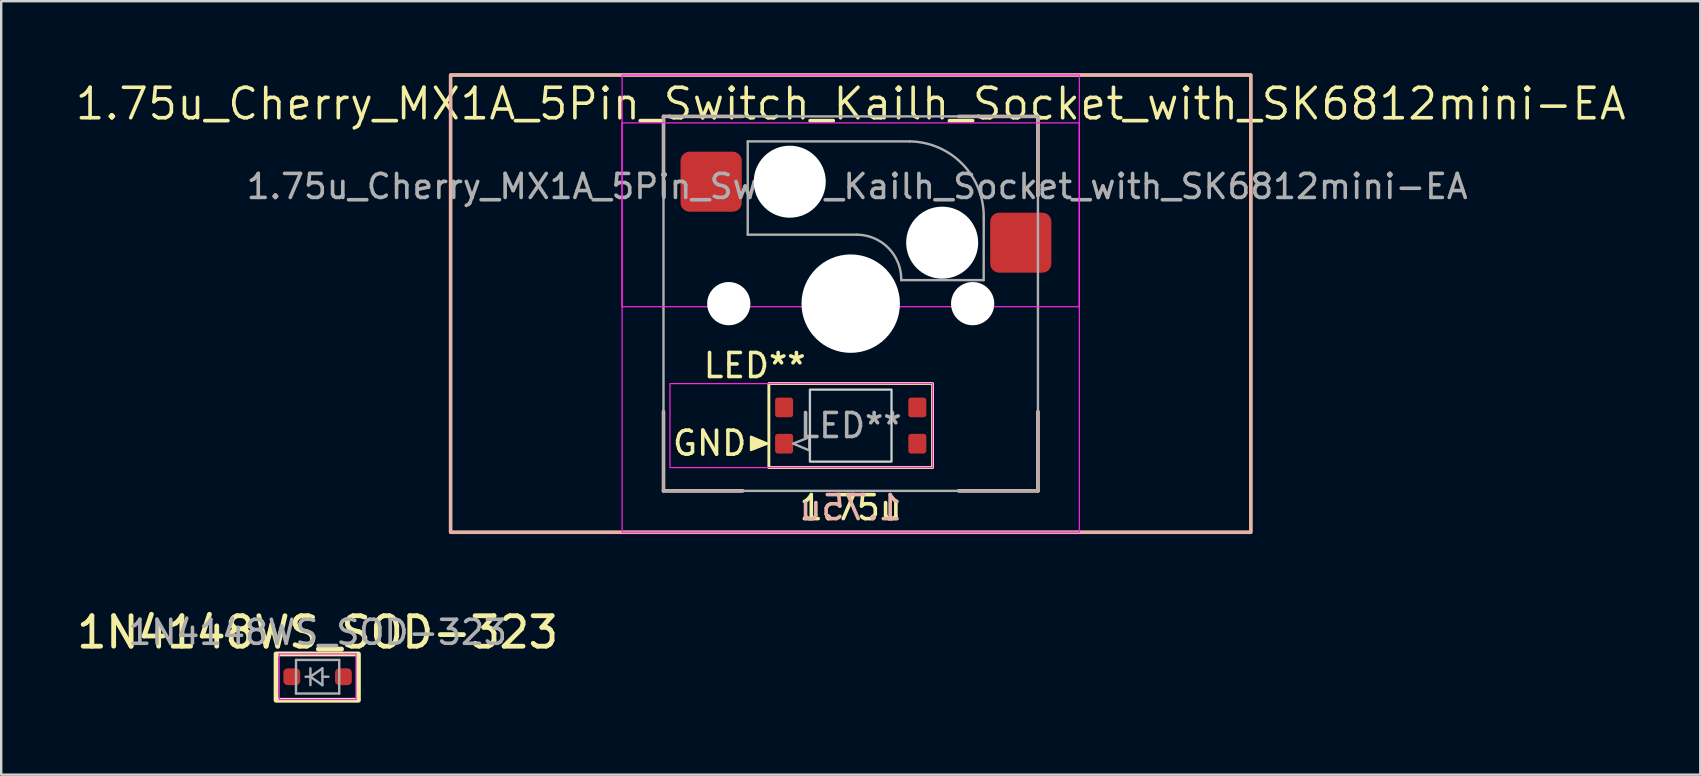
<source format=kicad_pcb>
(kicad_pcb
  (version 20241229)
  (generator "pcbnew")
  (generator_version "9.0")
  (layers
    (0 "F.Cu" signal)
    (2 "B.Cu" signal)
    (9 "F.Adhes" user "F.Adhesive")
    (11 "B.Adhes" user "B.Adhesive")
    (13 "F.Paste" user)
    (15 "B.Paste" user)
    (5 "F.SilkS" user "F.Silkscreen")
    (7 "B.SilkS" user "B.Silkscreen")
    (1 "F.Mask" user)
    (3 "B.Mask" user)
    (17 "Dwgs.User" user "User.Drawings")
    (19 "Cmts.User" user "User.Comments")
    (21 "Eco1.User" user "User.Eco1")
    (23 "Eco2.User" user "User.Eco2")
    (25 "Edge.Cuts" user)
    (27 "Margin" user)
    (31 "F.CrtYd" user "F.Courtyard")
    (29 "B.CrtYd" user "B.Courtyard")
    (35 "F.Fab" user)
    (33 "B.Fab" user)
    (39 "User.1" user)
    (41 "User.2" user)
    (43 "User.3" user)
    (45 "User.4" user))
  (footprint "1.75u_Cherry_MX1A_5Pin_Switch_Kailh_Socket_with_SK6812mini-EA"
    (layer "F.Cu")
    (at 32.392 9.6)
    (property "Reference" "1.75u_Cherry_MX1A_5Pin_Switch_Kailh_Socket_with_SK6812mini-EA" (at 0 -8.325 0) (layer "F.SilkS") (effects (font (size 1.27 1.27) (thickness 0.15))))
    (property "LED_Reference" "LED**" (at -4 2.58 0) (layer "F.SilkS") (effects (font (size 1 1) (thickness 0.15))))
    (property "Size" "1.75u" (at 0 8.5 0) (layer "F.SilkS") (effects (font (size 1 1) (thickness 0.15))))
    (attr smd)
    (fp_line (start -7.8 -7.8) (end -7.8 -4.5) (stroke (width 0.12) (type default)) (layer "F.SilkS"))
    (fp_line (start -7.8 -7.8) (end -4.5 -7.8) (stroke (width 0.12) (type default)) (layer "F.SilkS"))
    (fp_line (start -7.8 7.8) (end -7.8 4.5) (stroke (width 0.12) (type solid)) (layer "F.SilkS"))
    (fp_line (start -7.8 7.8) (end -4.5 7.8) (stroke (width 0.12) (type default)) (layer "F.SilkS"))
    (fp_line (start 7.8 -7.8) (end 4.5 -7.8) (stroke (width 0.12) (type default)) (layer "F.SilkS"))
    (fp_line (start 7.8 -7.8) (end 7.8 -4.5) (stroke (width 0.12) (type default)) (layer "F.SilkS"))
    (fp_line (start 7.8 7.8) (end 4.5 7.8) (stroke (width 0.12) (type default)) (layer "F.SilkS"))
    (fp_line (start 7.8 7.8) (end 7.8 4.5) (stroke (width 0.12) (type default)) (layer "F.SilkS"))
    (fp_rect (start -16.669 -9.525) (end 16.669 9.525) (stroke (width 0.12) (type default)) (fill no) (layer "F.SilkS"))
    (fp_rect (start -3.41 3.33) (end 3.41 6.83) (stroke (width 0.12) (type default)) (fill no) (layer "F.SilkS"))
    (fp_poly (pts (xy -3.48 5.83) (xy -4.153 5.547) (xy -4.153 5.55) (xy -4.153 6.097)) (stroke (width 0.1) (type solid)) (fill yes) (layer "F.SilkS"))
    (fp_line (start -7.8 -7.8) (end -7.8 -4.5) (stroke (width 0.15) (type default)) (layer "B.SilkS"))
    (fp_line (start -7.8 -7.8) (end -4.5 -7.8) (stroke (width 0.15) (type default)) (layer "B.SilkS"))
    (fp_line (start -7.8 7.8) (end -7.8 4.5) (stroke (width 0.15) (type default)) (layer "B.SilkS"))
    (fp_line (start -7.8 7.8) (end -4.5 7.8) (stroke (width 0.15) (type default)) (layer "B.SilkS"))
    (fp_line (start 7.8 -7.8) (end 4.5 -7.8) (stroke (width 0.15) (type default)) (layer "B.SilkS"))
    (fp_line (start 7.8 -7.8) (end 7.8 -4.5) (stroke (width 0.15) (type default)) (layer "B.SilkS"))
    (fp_line (start 7.8 7.8) (end 4.5 7.8) (stroke (width 0.15) (type default)) (layer "B.SilkS"))
    (fp_line (start 7.8 7.8) (end 7.8 4.5) (stroke (width 0.15) (type default)) (layer "B.SilkS"))
    (fp_rect (start -16.669 -9.525) (end 16.669 9.525) (stroke (width 0.15) (type default)) (fill no) (layer "B.SilkS"))
    (fp_rect (start -1.7 3.58) (end 1.7 6.58) (stroke (width 0.05) (type default)) (fill no) (layer "Edge.Cuts"))
    (fp_rect (start -9.53 -7.53) (end 9.52 0.13) (stroke (width 0.05) (type default)) (fill no) (layer "F.CrtYd"))
    (fp_rect (start -9.525 -9.525) (end 9.525 9.525) (stroke (width 0.05) (type default)) (fill no) (layer "F.CrtYd"))
    (fp_rect (start -7.53 3.33) (end 3.41 6.83) (stroke (width 0.05) (type default)) (fill no) (layer "F.CrtYd"))
    (fp_line (start -4.29 -2.873) (end -4.29 -6.759) (stroke (width 0.1) (type default)) (layer "F.Fab"))
    (fp_line (start 0.269 -2.873) (end -4.29 -2.873) (stroke (width 0.1) (type default)) (layer "F.Fab"))
    (fp_line (start 2.455 -6.759) (end -4.29 -6.759) (stroke (width 0.1) (type default)) (layer "F.Fab"))
    (fp_line (start 5.54 -0.98) (end 2.105 -0.98) (stroke (width 0.1) (type default)) (layer "F.Fab"))
    (fp_line (start 5.54 -0.98) (end 5.542 -3.577) (stroke (width 0.1) (type default)) (layer "F.Fab"))
    (fp_rect (start -7.8 -7.8) (end 7.8 7.8) (stroke (width 0.1) (type default)) (fill no) (layer "F.Fab"))
    (fp_rect (start -1.7 3.58) (end 1.7 6.58) (stroke (width 0.1) (type default)) (fill no) (layer "F.Fab"))
    (fp_arc (start 0.268782 -2.872715) (mid 1.580341 -2.308063) (end 2.105 -0.98) (stroke (width 0.1) (type default)) (layer "F.Fab"))
    (fp_arc (start 2.45495 -6.759322) (mid 4.66 -5.81) (end 5.542076 -3.577199) (stroke (width 0.1) (type default)) (layer "F.Fab"))
    (fp_poly (pts (xy -2.4 5.83) (xy -1.727 6.113) (xy -1.727 6.11) (xy -1.727 5.563)) (stroke (width 0.1) (type solid)) (fill no) (layer "F.Fab"))
    (fp_text user "GND" (at -7.5 6.4 0) (unlocked yes) (layer "F.SilkS") (effects (font (size 1 1) (thickness 0.15)) (justify left bottom)))
    (fp_text user "${Size}" (at 0 8.5 0) (unlocked yes) (layer "B.SilkS") (effects (font (size 1 1) (thickness 0.15)) (justify mirror)))
    (fp_text user "${LED_Reference}" (at 0 5.08 0) (unlocked yes) (layer "F.Fab") (effects (font (size 1 1) (thickness 0.15))))
    (fp_text user "${REFERENCE}" (at 0.269 -4.88 0) (layer "F.Fab") (effects (font (size 1 1) (thickness 0.15))))
    (pad "" np_thru_hole circle (at -5.08 0) (size 1.8 1.8) (drill 1.8) (layers "*.Cu" "*.Mask"))
    (pad "" np_thru_hole circle (at -2.54 -5.08) (size 3 3) (drill 3) (layers "*.Cu" "*.Mask"))
    (pad "" np_thru_hole circle (at 0 0) (size 4.1 4.1) (drill 4.1) (layers "*.Cu" "*.Mask"))
    (pad "" np_thru_hole circle (at 3.81 -2.54) (size 3 3) (drill 3) (layers "*.Cu" "*.Mask"))
    (pad "" np_thru_hole circle (at 5.08 0) (size 1.8 1.8) (drill 1.8) (layers "*.Cu" "*.Mask"))
    (pad "1" smd roundrect (at -2.775 5.835) (size 0.75 0.82) (layers "F.Cu" "F.Mask" "F.Paste") (roundrect_rratio 0.15))
    (pad "2" smd roundrect (at -2.775 4.325) (size 0.75 0.82) (layers "F.Cu" "F.Mask" "F.Paste") (roundrect_rratio 0.15))
    (pad "3" smd roundrect (at 2.775 4.325) (size 0.75 0.82) (layers "F.Cu" "F.Mask" "F.Paste") (roundrect_rratio 0.15))
    (pad "4" smd roundrect (at 2.775 5.835) (size 0.75 0.82) (layers "F.Cu" "F.Mask" "F.Paste") (roundrect_rratio 0.15))
    (pad "5" smd roundrect (at -5.815 -5.08) (size 2.55 2.5) (layers "F.Cu" "F.Mask" "F.Paste") (roundrect_rratio 0.15))
    (pad "6" smd roundrect (at 7.085 -2.54) (size 2.55 2.5) (layers "F.Cu" "F.Mask" "F.Paste") (roundrect_rratio 0.15)))
  (footprint "1N4148WS_SOD-323"
    (layer "F.Cu")
    (at 10.182 25.144)
    (property "Reference" "1N4148WS_SOD-323" (at 0 -1.85 0) (layer "F.SilkS") (effects (font (size 1.27 1.27) (thickness 0.2))))
    (attr smd)
    (fp_rect (start -1.73 -0.95) (end 1.7 0.98) (stroke (width 0.2) (type default)) (fill no) (layer "F.SilkS"))
    (fp_line (start -1.6 -0.95) (end -1.6 0.95) (stroke (width 0.05) (type solid)) (layer "F.CrtYd"))
    (fp_line (start -1.6 -0.95) (end 1.6 -0.95) (stroke (width 0.05) (type solid)) (layer "F.CrtYd"))
    (fp_line (start -1.6 0.95) (end 1.6 0.95) (stroke (width 0.05) (type solid)) (layer "F.CrtYd"))
    (fp_line (start 1.6 -0.95) (end 1.6 0.95) (stroke (width 0.05) (type solid)) (layer "F.CrtYd"))
    (fp_line (start -0.9 -0.7) (end 0.9 -0.7) (stroke (width 0.1) (type solid)) (layer "F.Fab"))
    (fp_line (start -0.9 0.7) (end -0.9 -0.7) (stroke (width 0.1) (type solid)) (layer "F.Fab"))
    (fp_line (start -0.3 -0.35) (end -0.3 0.35) (stroke (width 0.1) (type solid)) (layer "F.Fab"))
    (fp_line (start -0.3 0) (end -0.5 0) (stroke (width 0.1) (type solid)) (layer "F.Fab"))
    (fp_line (start -0.3 0) (end 0.2 -0.35) (stroke (width 0.1) (type solid)) (layer "F.Fab"))
    (fp_line (start 0.2 -0.35) (end 0.2 0.35) (stroke (width 0.1) (type solid)) (layer "F.Fab"))
    (fp_line (start 0.2 0) (end 0.45 0) (stroke (width 0.1) (type solid)) (layer "F.Fab"))
    (fp_line (start 0.2 0.35) (end -0.3 0) (stroke (width 0.1) (type solid)) (layer "F.Fab"))
    (fp_line (start 0.9 -0.7) (end 0.9 0.7) (stroke (width 0.1) (type solid)) (layer "F.Fab"))
    (fp_line (start 0.9 0.7) (end -0.9 0.7) (stroke (width 0.1) (type solid)) (layer "F.Fab"))
    (fp_text user "${REFERENCE}" (at 0 -1.85 0) (layer "F.Fab") (effects (font (size 1 1) (thickness 0.15))))
    (pad "1" smd roundrect (at -1.075 0) (size 0.7 0.7) (layers "F.Cu" "F.Mask" "F.Paste") (roundrect_rratio 0.25))
    (pad "2" smd roundrect (at 1.075 0) (size 0.7 0.7) (layers "F.Cu" "F.Mask" "F.Paste") (roundrect_rratio 0.25)))
  (gr_rect
    (start -3 -3)
    (end 67.785 29.224)
    (stroke (width 0.1) (type default))
    (fill no)
    (layer "Edge.Cuts")))
</source>
